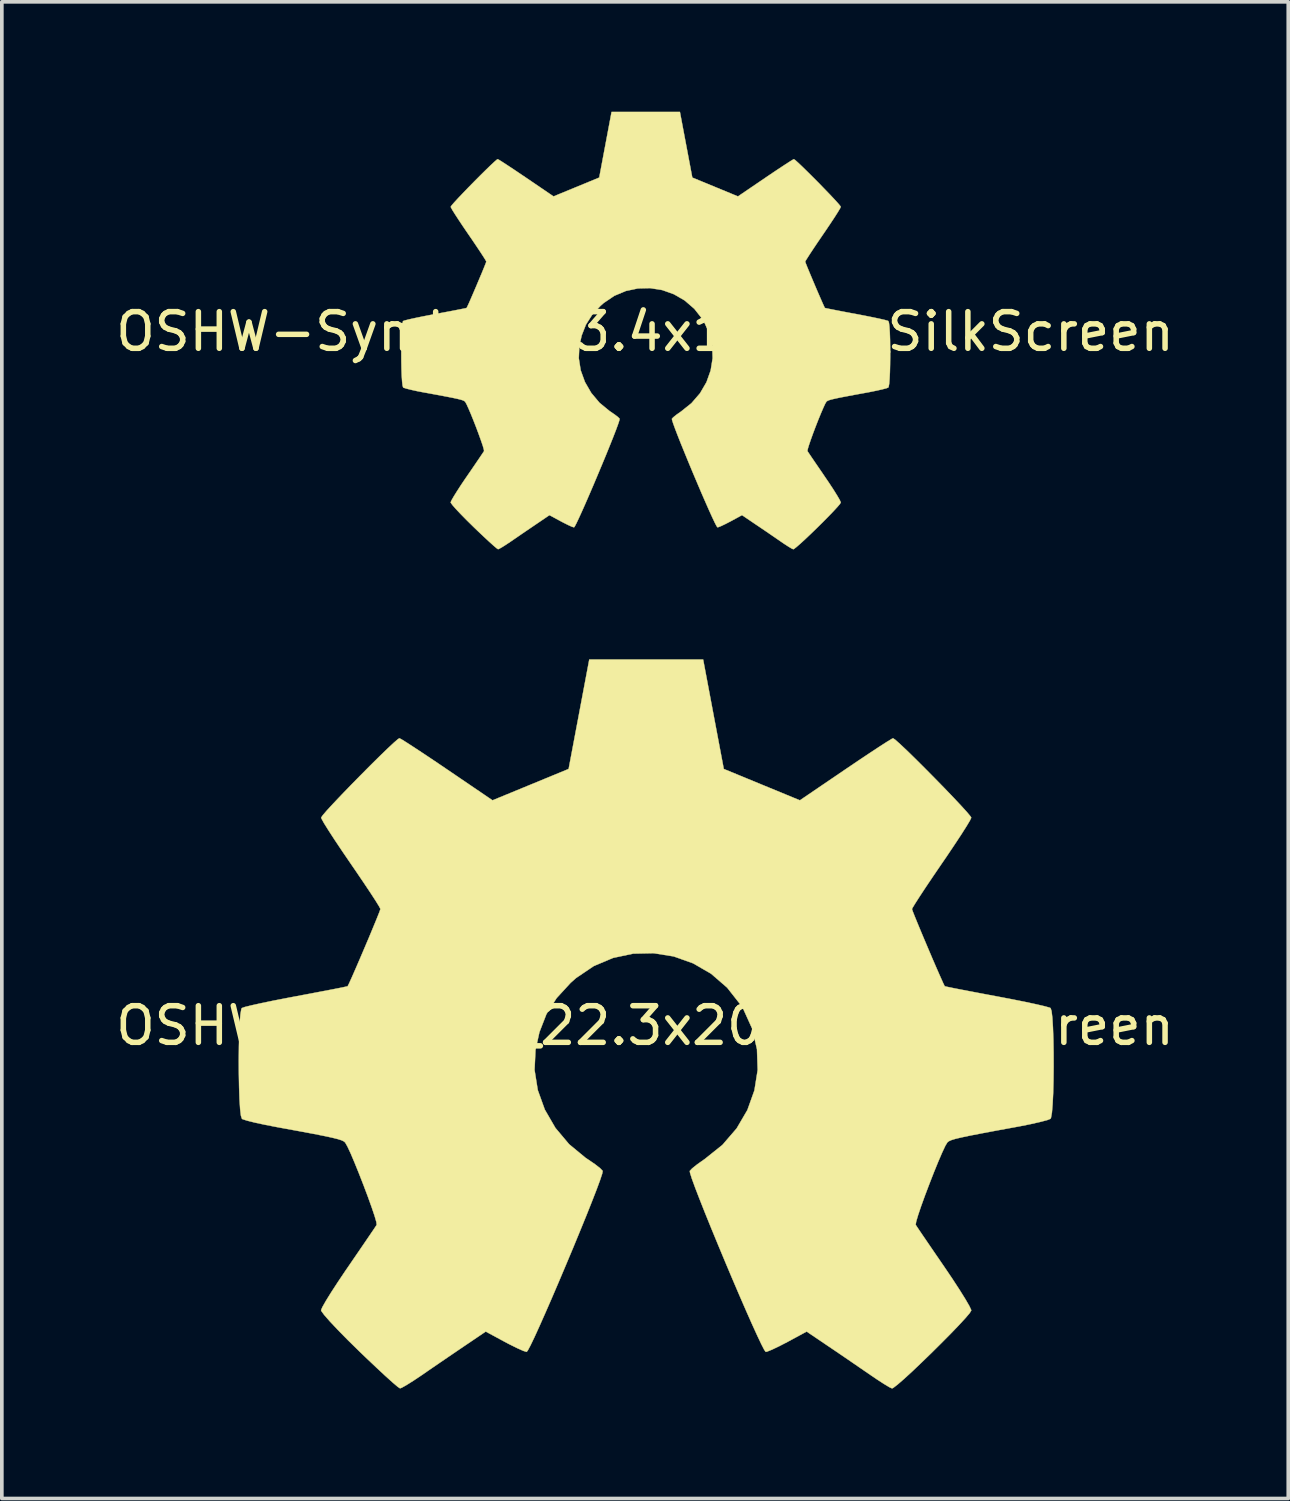
<source format=kicad_pcb>
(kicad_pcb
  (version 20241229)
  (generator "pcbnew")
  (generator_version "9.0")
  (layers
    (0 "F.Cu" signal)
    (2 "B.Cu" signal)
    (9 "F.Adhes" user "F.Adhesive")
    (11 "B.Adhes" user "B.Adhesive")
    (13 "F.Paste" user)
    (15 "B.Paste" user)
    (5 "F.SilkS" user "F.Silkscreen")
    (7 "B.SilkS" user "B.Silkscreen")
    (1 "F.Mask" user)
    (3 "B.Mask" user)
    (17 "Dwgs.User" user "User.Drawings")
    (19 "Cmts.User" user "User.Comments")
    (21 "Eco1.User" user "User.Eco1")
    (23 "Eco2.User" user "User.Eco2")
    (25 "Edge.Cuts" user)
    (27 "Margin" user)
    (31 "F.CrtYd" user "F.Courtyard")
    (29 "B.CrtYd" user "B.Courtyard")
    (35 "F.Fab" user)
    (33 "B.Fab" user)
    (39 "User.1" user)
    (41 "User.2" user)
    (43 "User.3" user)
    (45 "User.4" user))
  (footprint "OSHW-Symbol_22.3x20mm_SilkScreen"
    (layer "F.Cu")
    (at 14.554 24.941)
    (property "Reference" "OSHW-Symbol_22.3x20mm_SilkScreen" (at 0 0 0) (layer "F.SilkS") (effects (font (size 1 1) (thickness 0.15))))
    (attr exclude_from_pos_files exclude_from_bom allow_missing_courtyard)
    (fp_poly (pts (xy 1.866 -8.499) (xy 2.148 -7.006) (xy 3.186 -6.578) (xy 4.225 -6.15) (xy 5.471 -6.997) (xy 5.82 -7.233) (xy 6.135 -7.443) (xy 6.402 -7.619) (xy 6.606 -7.75) (xy 6.733 -7.827) (xy 6.767 -7.844) (xy 6.83 -7.801) (xy 6.962 -7.683) (xy 7.151 -7.505) (xy 7.38 -7.281) (xy 7.635 -7.027) (xy 7.901 -6.758) (xy 8.164 -6.489) (xy 8.408 -6.235) (xy 8.618 -6.011) (xy 8.78 -5.833) (xy 8.879 -5.715) (xy 8.902 -5.676) (xy 8.868 -5.603) (xy 8.773 -5.444) (xy 8.627 -5.214) (xy 8.439 -4.929) (xy 8.22 -4.603) (xy 8.093 -4.418) (xy 7.862 -4.079) (xy 7.656 -3.773) (xy 7.487 -3.516) (xy 7.363 -3.322) (xy 7.294 -3.207) (xy 7.284 -3.182) (xy 7.307 -3.114) (xy 7.371 -2.953) (xy 7.465 -2.724) (xy 7.58 -2.448) (xy 7.707 -2.148) (xy 7.835 -1.847) (xy 7.956 -1.567) (xy 8.06 -1.331) (xy 8.136 -1.161) (xy 8.176 -1.08) (xy 8.179 -1.076) (xy 8.242 -1.061) (xy 8.41 -1.026) (xy 8.666 -0.976) (xy 8.992 -0.914) (xy 9.371 -0.842) (xy 9.591 -0.801) (xy 9.996 -0.724) (xy 10.362 -0.651) (xy 10.669 -0.585) (xy 10.901 -0.531) (xy 11.038 -0.493) (xy 11.066 -0.481) (xy 11.093 -0.4) (xy 11.115 -0.215) (xy 11.131 0.051) (xy 11.143 0.376) (xy 11.149 0.74) (xy 11.15 1.12) (xy 11.146 1.495) (xy 11.137 1.843) (xy 11.122 2.143) (xy 11.103 2.373) (xy 11.078 2.512) (xy 11.064 2.541) (xy 10.976 2.576) (xy 10.79 2.625) (xy 10.531 2.684) (xy 10.222 2.746) (xy 10.114 2.766) (xy 9.595 2.861) (xy 9.185 2.938) (xy 8.87 2.999) (xy 8.638 3.048) (xy 8.473 3.087) (xy 8.364 3.12) (xy 8.296 3.15) (xy 8.256 3.179) (xy 8.25 3.185) (xy 8.194 3.278) (xy 8.108 3.461) (xy 8.001 3.71) (xy 7.882 4.002) (xy 7.759 4.317) (xy 7.64 4.631) (xy 7.535 4.921) (xy 7.452 5.167) (xy 7.399 5.345) (xy 7.385 5.432) (xy 7.386 5.435) (xy 7.433 5.507) (xy 7.539 5.665) (xy 7.694 5.892) (xy 7.886 6.173) (xy 8.104 6.491) (xy 8.166 6.581) (xy 8.387 6.908) (xy 8.581 7.206) (xy 8.739 7.459) (xy 8.849 7.649) (xy 8.9 7.759) (xy 8.902 7.772) (xy 8.859 7.843) (xy 8.74 7.983) (xy 8.56 8.178) (xy 8.335 8.412) (xy 8.079 8.67) (xy 7.809 8.938) (xy 7.539 9.199) (xy 7.286 9.44) (xy 7.063 9.644) (xy 6.887 9.797) (xy 6.773 9.884) (xy 6.741 9.899) (xy 6.667 9.865) (xy 6.517 9.775) (xy 6.314 9.643) (xy 6.158 9.537) (xy 5.874 9.342) (xy 5.539 9.112) (xy 5.203 8.883) (xy 5.022 8.761) (xy 4.41 8.347) (xy 3.896 8.625) (xy 3.662 8.746) (xy 3.463 8.841) (xy 3.329 8.895) (xy 3.294 8.902) (xy 3.253 8.847) (xy 3.172 8.69) (xy 3.057 8.447) (xy 2.913 8.131) (xy 2.748 7.758) (xy 2.567 7.341) (xy 2.376 6.895) (xy 2.182 6.435) (xy 1.99 5.974) (xy 1.806 5.528) (xy 1.637 5.111) (xy 1.489 4.737) (xy 1.367 4.421) (xy 1.278 4.177) (xy 1.228 4.019) (xy 1.22 3.965) (xy 1.284 3.896) (xy 1.424 3.784) (xy 1.611 3.652) (xy 1.626 3.642) (xy 2.11 3.255) (xy 2.499 2.804) (xy 2.792 2.303) (xy 2.984 1.766) (xy 3.073 1.208) (xy 3.054 0.643) (xy 2.925 0.086) (xy 2.683 -0.449) (xy 2.611 -0.566) (xy 2.24 -1.038) (xy 1.801 -1.418) (xy 1.31 -1.702) (xy 0.782 -1.89) (xy 0.232 -1.978) (xy -0.325 -1.966) (xy -0.872 -1.85) (xy -1.397 -1.629) (xy -1.882 -1.302) (xy -2.032 -1.169) (xy -2.414 -0.753) (xy -2.692 -0.315) (xy -2.883 0.176) (xy -2.99 0.662) (xy -3.016 1.208) (xy -2.928 1.758) (xy -2.736 2.291) (xy -2.447 2.79) (xy -2.072 3.236) (xy -1.618 3.611) (xy -1.558 3.65) (xy -1.369 3.779) (xy -1.226 3.891) (xy -1.157 3.963) (xy -1.156 3.965) (xy -1.171 4.042) (xy -1.229 4.218) (xy -1.325 4.477) (xy -1.453 4.806) (xy -1.606 5.19) (xy -1.779 5.614) (xy -1.964 6.063) (xy -2.158 6.525) (xy -2.352 6.984) (xy -2.541 7.425) (xy -2.72 7.835) (xy -2.881 8.198) (xy -3.019 8.501) (xy -3.128 8.728) (xy -3.202 8.866) (xy -3.232 8.902) (xy -3.323 8.874) (xy -3.493 8.798) (xy -3.713 8.689) (xy -3.834 8.625) (xy -4.348 8.347) (xy -4.96 8.761) (xy -5.272 8.973) (xy -5.614 9.206) (xy -5.935 9.426) (xy -6.095 9.537) (xy -6.321 9.688) (xy -6.512 9.808) (xy -6.644 9.882) (xy -6.687 9.897) (xy -6.749 9.856) (xy -6.887 9.739) (xy -7.087 9.559) (xy -7.335 9.328) (xy -7.619 9.059) (xy -7.799 8.886) (xy -8.114 8.577) (xy -8.385 8.301) (xy -8.603 8.069) (xy -8.757 7.893) (xy -8.835 7.786) (xy -8.842 7.764) (xy -8.807 7.681) (xy -8.712 7.513) (xy -8.566 7.277) (xy -8.38 6.991) (xy -8.165 6.67) (xy -8.103 6.581) (xy -7.881 6.256) (xy -7.681 5.964) (xy -7.515 5.72) (xy -7.394 5.542) (xy -7.33 5.445) (xy -7.324 5.435) (xy -7.333 5.358) (xy -7.382 5.189) (xy -7.463 4.95) (xy -7.566 4.663) (xy -7.684 4.35) (xy -7.807 4.035) (xy -7.927 3.739) (xy -8.035 3.484) (xy -8.124 3.294) (xy -8.184 3.19) (xy -8.188 3.185) (xy -8.224 3.155) (xy -8.286 3.126) (xy -8.387 3.094) (xy -8.539 3.056) (xy -8.758 3.009) (xy -9.056 2.95) (xy -9.447 2.877) (xy -9.944 2.786) (xy -10.052 2.766) (xy -10.371 2.704) (xy -10.65 2.644) (xy -10.862 2.591) (xy -10.985 2.551) (xy -11.001 2.541) (xy -11.029 2.458) (xy -11.051 2.273) (xy -11.068 2.006) (xy -11.079 1.68) (xy -11.086 1.316) (xy -11.088 0.936) (xy -11.084 0.561) (xy -11.075 0.213) (xy -11.062 -0.086) (xy -11.042 -0.315) (xy -11.018 -0.453) (xy -11.004 -0.481) (xy -10.922 -0.51) (xy -10.736 -0.556) (xy -10.465 -0.616) (xy -10.127 -0.686) (xy -9.74 -0.761) (xy -9.529 -0.801) (xy -9.129 -0.876) (xy -8.773 -0.944) (xy -8.477 -1.001) (xy -8.259 -1.044) (xy -8.137 -1.071) (xy -8.117 -1.076) (xy -8.083 -1.142) (xy -8.011 -1.3) (xy -7.911 -1.528) (xy -7.792 -1.803) (xy -7.664 -2.103) (xy -7.536 -2.404) (xy -7.419 -2.686) (xy -7.321 -2.924) (xy -7.252 -3.097) (xy -7.222 -3.182) (xy -7.222 -3.185) (xy -7.256 -3.252) (xy -7.351 -3.406) (xy -7.497 -3.631) (xy -7.685 -3.912) (xy -7.904 -4.235) (xy -8.031 -4.42) (xy -8.263 -4.76) (xy -8.469 -5.068) (xy -8.639 -5.33) (xy -8.763 -5.529) (xy -8.83 -5.65) (xy -8.84 -5.677) (xy -8.798 -5.74) (xy -8.682 -5.875) (xy -8.506 -6.066) (xy -8.285 -6.299) (xy -8.035 -6.558) (xy -7.77 -6.828) (xy -7.505 -7.095) (xy -7.255 -7.342) (xy -7.034 -7.556) (xy -6.859 -7.72) (xy -6.743 -7.82) (xy -6.704 -7.844) (xy -6.641 -7.811) (xy -6.489 -7.716) (xy -6.265 -7.57) (xy -5.982 -7.383) (xy -5.655 -7.164) (xy -5.409 -6.997) (xy -4.163 -6.15) (xy -3.124 -6.578) (xy -2.086 -7.006) (xy -1.804 -8.499) (xy -1.523 -9.992) (xy 1.585 -9.992) (xy 1.866 -8.499)) (stroke (width 0.01) (type solid)) (fill yes) (layer "F.SilkS")))
  (footprint "OSHW-Symbol_13.4x12mm_SilkScreen"
    (layer "F.Cu")
    (at 14.554 6)
    (property "Reference" "OSHW-Symbol_13.4x12mm_SilkScreen" (at 0 0 0) (layer "F.SilkS") (effects (font (size 1 1) (thickness 0.15))))
    (attr exclude_from_pos_files exclude_from_bom allow_missing_courtyard)
    (fp_poly (pts (xy 1.12 -5.099) (xy 1.289 -4.204) (xy 1.912 -3.947) (xy 2.535 -3.69) (xy 3.282 -4.198) (xy 3.492 -4.34) (xy 3.681 -4.466) (xy 3.841 -4.571) (xy 3.964 -4.65) (xy 4.04 -4.696) (xy 4.06 -4.706) (xy 4.098 -4.681) (xy 4.177 -4.61) (xy 4.29 -4.503) (xy 4.428 -4.368) (xy 4.581 -4.216) (xy 4.741 -4.055) (xy 4.898 -3.893) (xy 5.045 -3.741) (xy 5.171 -3.607) (xy 5.268 -3.5) (xy 5.327 -3.429) (xy 5.341 -3.406) (xy 5.321 -3.362) (xy 5.264 -3.267) (xy 5.176 -3.128) (xy 5.063 -2.957) (xy 4.932 -2.762) (xy 4.856 -2.651) (xy 4.717 -2.447) (xy 4.594 -2.264) (xy 4.492 -2.109) (xy 4.418 -1.993) (xy 4.376 -1.924) (xy 4.37 -1.909) (xy 4.384 -1.868) (xy 4.422 -1.772) (xy 4.479 -1.634) (xy 4.548 -1.469) (xy 4.624 -1.289) (xy 4.701 -1.108) (xy 4.774 -0.94) (xy 4.836 -0.798) (xy 4.882 -0.696) (xy 4.906 -0.648) (xy 4.907 -0.646) (xy 4.945 -0.637) (xy 5.046 -0.616) (xy 5.2 -0.586) (xy 5.395 -0.548) (xy 5.622 -0.505) (xy 5.755 -0.481) (xy 5.998 -0.434) (xy 6.217 -0.39) (xy 6.402 -0.351) (xy 6.541 -0.319) (xy 6.623 -0.296) (xy 6.639 -0.289) (xy 6.656 -0.24) (xy 6.669 -0.129) (xy 6.679 0.03) (xy 6.686 0.226) (xy 6.689 0.444) (xy 6.69 0.672) (xy 6.687 0.897) (xy 6.682 1.106) (xy 6.673 1.286) (xy 6.662 1.424) (xy 6.647 1.507) (xy 6.638 1.525) (xy 6.586 1.546) (xy 6.474 1.575) (xy 6.318 1.61) (xy 6.133 1.648) (xy 6.069 1.66) (xy 5.757 1.717) (xy 5.511 1.763) (xy 5.322 1.799) (xy 5.183 1.829) (xy 5.084 1.852) (xy 5.018 1.872) (xy 4.978 1.89) (xy 4.953 1.907) (xy 4.95 1.911) (xy 4.916 1.967) (xy 4.865 2.077) (xy 4.801 2.226) (xy 4.729 2.401) (xy 4.655 2.59) (xy 4.584 2.778) (xy 4.521 2.953) (xy 4.471 3.1) (xy 4.439 3.207) (xy 4.431 3.259) (xy 4.432 3.261) (xy 4.46 3.304) (xy 4.524 3.399) (xy 4.616 3.535) (xy 4.732 3.704) (xy 4.862 3.894) (xy 4.899 3.949) (xy 5.032 4.145) (xy 5.149 4.324) (xy 5.243 4.475) (xy 5.309 4.589) (xy 5.34 4.655) (xy 5.341 4.663) (xy 5.316 4.706) (xy 5.244 4.79) (xy 5.136 4.907) (xy 5.001 5.047) (xy 4.848 5.202) (xy 4.685 5.363) (xy 4.524 5.519) (xy 4.371 5.664) (xy 4.238 5.786) (xy 4.132 5.878) (xy 4.064 5.931) (xy 4.045 5.939) (xy 4 5.919) (xy 3.91 5.865) (xy 3.788 5.786) (xy 3.695 5.722) (xy 3.525 5.605) (xy 3.324 5.467) (xy 3.122 5.33) (xy 3.013 5.257) (xy 2.646 5.008) (xy 2.338 5.175) (xy 2.197 5.248) (xy 2.078 5.305) (xy 1.997 5.337) (xy 1.977 5.341) (xy 1.952 5.308) (xy 1.903 5.214) (xy 1.834 5.068) (xy 1.748 4.879) (xy 1.649 4.655) (xy 1.54 4.405) (xy 1.426 4.137) (xy 1.309 3.861) (xy 1.194 3.585) (xy 1.084 3.317) (xy 0.982 3.067) (xy 0.893 2.842) (xy 0.82 2.652) (xy 0.767 2.506) (xy 0.737 2.411) (xy 0.732 2.379) (xy 0.77 2.338) (xy 0.854 2.27) (xy 0.966 2.191) (xy 0.976 2.185) (xy 1.266 1.953) (xy 1.5 1.682) (xy 1.675 1.382) (xy 1.79 1.06) (xy 1.844 0.725) (xy 1.833 0.386) (xy 1.755 0.052) (xy 1.61 -0.269) (xy 1.567 -0.34) (xy 1.344 -0.623) (xy 1.08 -0.851) (xy 0.786 -1.021) (xy 0.469 -1.134) (xy 0.139 -1.187) (xy -0.195 -1.179) (xy -0.523 -1.11) (xy -0.838 -0.978) (xy -1.129 -0.781) (xy -1.219 -0.701) (xy -1.448 -0.452) (xy -1.615 -0.189) (xy -1.73 0.105) (xy -1.794 0.397) (xy -1.809 0.725) (xy -1.757 1.055) (xy -1.641 1.375) (xy -1.468 1.674) (xy -1.243 1.942) (xy -0.971 2.166) (xy -0.935 2.19) (xy -0.822 2.268) (xy -0.736 2.335) (xy -0.694 2.378) (xy -0.694 2.379) (xy -0.703 2.425) (xy -0.738 2.531) (xy -0.795 2.686) (xy -0.872 2.884) (xy -0.964 3.114) (xy -1.067 3.368) (xy -1.179 3.638) (xy -1.295 3.915) (xy -1.411 4.19) (xy -1.525 4.455) (xy -1.632 4.701) (xy -1.729 4.919) (xy -1.812 5.1) (xy -1.877 5.237) (xy -1.921 5.32) (xy -1.939 5.341) (xy -1.994 5.325) (xy -2.096 5.279) (xy -2.228 5.213) (xy -2.3 5.175) (xy -2.609 5.008) (xy -2.976 5.257) (xy -3.163 5.384) (xy -3.369 5.524) (xy -3.561 5.656) (xy -3.657 5.722) (xy -3.793 5.813) (xy -3.907 5.885) (xy -3.986 5.929) (xy -4.012 5.938) (xy -4.049 5.913) (xy -4.132 5.843) (xy -4.252 5.735) (xy -4.401 5.597) (xy -4.572 5.435) (xy -4.68 5.331) (xy -4.868 5.146) (xy -5.031 4.98) (xy -5.162 4.841) (xy -5.254 4.736) (xy -5.301 4.671) (xy -5.305 4.658) (xy -5.284 4.608) (xy -5.227 4.508) (xy -5.139 4.366) (xy -5.028 4.194) (xy -4.899 4.002) (xy -4.862 3.949) (xy -4.728 3.754) (xy -4.608 3.578) (xy -4.509 3.432) (xy -4.437 3.325) (xy -4.398 3.267) (xy -4.394 3.261) (xy -4.4 3.215) (xy -4.429 3.113) (xy -4.478 2.97) (xy -4.54 2.798) (xy -4.61 2.61) (xy -4.684 2.421) (xy -4.756 2.243) (xy -4.821 2.091) (xy -4.874 1.976) (xy -4.91 1.914) (xy -4.913 1.911) (xy -4.935 1.893) (xy -4.972 1.875) (xy -5.032 1.856) (xy -5.124 1.833) (xy -5.255 1.805) (xy -5.434 1.77) (xy -5.668 1.726) (xy -5.967 1.671) (xy -6.031 1.66) (xy -6.223 1.623) (xy -6.39 1.586) (xy -6.517 1.554) (xy -6.591 1.53) (xy -6.601 1.525) (xy -6.617 1.475) (xy -6.63 1.364) (xy -6.641 1.204) (xy -6.648 1.008) (xy -6.652 0.79) (xy -6.653 0.562) (xy -6.65 0.337) (xy -6.645 0.128) (xy -6.637 -0.052) (xy -6.625 -0.189) (xy -6.611 -0.272) (xy -6.602 -0.289) (xy -6.553 -0.306) (xy -6.442 -0.334) (xy -6.279 -0.37) (xy -6.076 -0.412) (xy -5.844 -0.457) (xy -5.718 -0.481) (xy -5.478 -0.526) (xy -5.264 -0.566) (xy -5.086 -0.601) (xy -4.955 -0.627) (xy -4.882 -0.642) (xy -4.87 -0.646) (xy -4.85 -0.685) (xy -4.806 -0.78) (xy -4.746 -0.917) (xy -4.675 -1.082) (xy -4.598 -1.262) (xy -4.522 -1.443) (xy -4.451 -1.611) (xy -4.392 -1.755) (xy -4.351 -1.858) (xy -4.333 -1.909) (xy -4.333 -1.911) (xy -4.353 -1.951) (xy -4.41 -2.043) (xy -4.498 -2.178) (xy -4.611 -2.347) (xy -4.742 -2.541) (xy -4.819 -2.652) (xy -4.958 -2.856) (xy -5.081 -3.041) (xy -5.183 -3.198) (xy -5.258 -3.317) (xy -5.298 -3.39) (xy -5.304 -3.406) (xy -5.279 -3.444) (xy -5.209 -3.525) (xy -5.103 -3.64) (xy -4.971 -3.779) (xy -4.821 -3.935) (xy -4.662 -4.097) (xy -4.503 -4.257) (xy -4.353 -4.405) (xy -4.221 -4.533) (xy -4.115 -4.632) (xy -4.046 -4.692) (xy -4.022 -4.706) (xy -3.984 -4.686) (xy -3.894 -4.63) (xy -3.759 -4.542) (xy -3.589 -4.43) (xy -3.393 -4.298) (xy -3.245 -4.198) (xy -2.498 -3.69) (xy -1.874 -3.947) (xy -1.251 -4.204) (xy -0.914 -5.995) (xy 0.951 -5.995) (xy 1.12 -5.099)) (stroke (width 0.01) (type solid)) (fill yes) (layer "F.SilkS")))
  (gr_rect
    (start -3 -3)
    (end 32.107 37.845)
    (stroke (width 0.1) (type default))
    (fill no)
    (layer "Edge.Cuts")))
</source>
